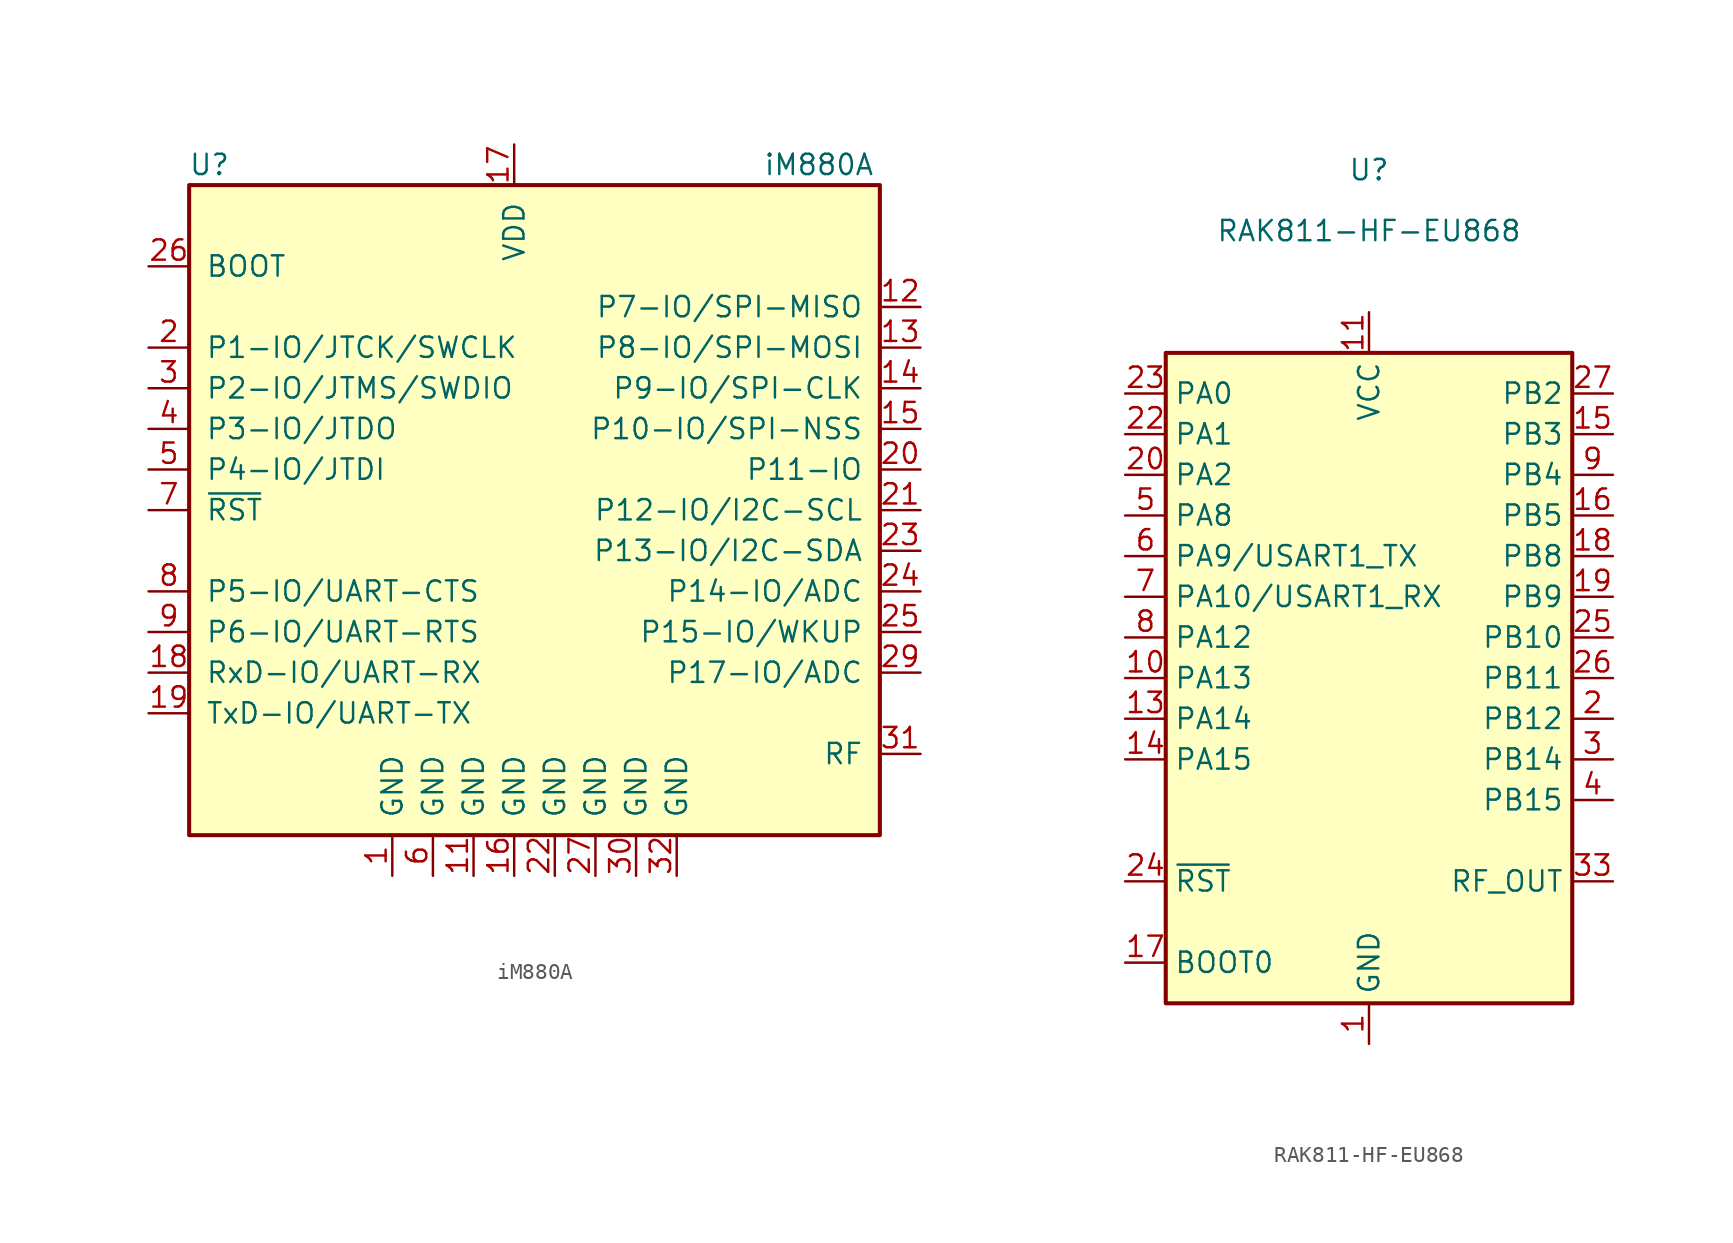
<source format=kicad_sym>
(kicad_symbol_lib
  (version 20231120)
  (generator "kicad_symbol_editor")
  (generator_version "8.0")
  (symbol "iM880A"
    (pin_names
      (offset 1.016))
    (property "Reference" "U"
      (at -19.05 21.59 0)
      (effects (font (size 1.27 1.27))))
    (property "Value" "iM880A"
      (at 19.05 21.59 0)
      (effects (font (size 1.27 1.27))))
    (symbol "iM880A_0_1"
      (rectangle (start -20.32 20.32) (end 22.86 -20.32) (stroke (width 0.254) (type default)) (fill (type background))))
    (symbol "iM880A_1_1"
      (pin power_in line (at -7.62 -22.86 90) (length 2.54) (name "GND" (effects (font (size 1.27 1.27)))) (number "1" (effects (font (size 1.27 1.27)))))
      (pin no_connect line (at 5.08 20.32 270) (length 2.54) hide (name "NC" (effects (font (size 1.27 1.27)))) (number "10" (effects (font (size 1.27 1.27)))))
      (pin power_in line (at -2.54 -22.86 90) (length 2.54) (name "GND" (effects (font (size 1.27 1.27)))) (number "11" (effects (font (size 1.27 1.27)))))
      (pin bidirectional line (at 25.4 12.7 180) (length 2.54) (name "P7-IO/SPI-MISO" (effects (font (size 1.27 1.27)))) (number "12" (effects (font (size 1.27 1.27)))))
      (pin bidirectional line (at 25.4 10.16 180) (length 2.54) (name "P8-IO/SPI-MOSI" (effects (font (size 1.27 1.27)))) (number "13" (effects (font (size 1.27 1.27)))))
      (pin bidirectional line (at 25.4 7.62 180) (length 2.54) (name "P9-IO/SPI-CLK" (effects (font (size 1.27 1.27)))) (number "14" (effects (font (size 1.27 1.27)))))
      (pin bidirectional line (at 25.4 5.08 180) (length 2.54) (name "P10-IO/SPI-NSS" (effects (font (size 1.27 1.27)))) (number "15" (effects (font (size 1.27 1.27)))))
      (pin power_in line (at 0 -22.86 90) (length 2.54) (name "GND" (effects (font (size 1.27 1.27)))) (number "16" (effects (font (size 1.27 1.27)))))
      (pin power_in line (at 0 22.86 270) (length 2.54) (name "VDD" (effects (font (size 1.27 1.27)))) (number "17" (effects (font (size 1.27 1.27)))))
      (pin bidirectional line (at -22.86 -10.16 0) (length 2.54) (name "RxD-IO/UART-RX" (effects (font (size 1.27 1.27)))) (number "18" (effects (font (size 1.27 1.27)))))
      (pin bidirectional line (at -22.86 -12.7 0) (length 2.54) (name "TxD-IO/UART-TX" (effects (font (size 1.27 1.27)))) (number "19" (effects (font (size 1.27 1.27)))))
      (pin bidirectional line (at -22.86 10.16 0) (length 2.54) (name "P1-IO/JTCK/SWCLK" (effects (font (size 1.27 1.27)))) (number "2" (effects (font (size 1.27 1.27)))))
      (pin bidirectional line (at 25.4 2.54 180) (length 2.54) (name "P11-IO" (effects (font (size 1.27 1.27)))) (number "20" (effects (font (size 1.27 1.27)))))
      (pin bidirectional line (at 25.4 0 180) (length 2.54) (name "P12-IO/I2C-SCL" (effects (font (size 1.27 1.27)))) (number "21" (effects (font (size 1.27 1.27)))))
      (pin power_in line (at 2.54 -22.86 90) (length 2.54) (name "GND" (effects (font (size 1.27 1.27)))) (number "22" (effects (font (size 1.27 1.27)))))
      (pin bidirectional line (at 25.4 -2.54 180) (length 2.54) (name "P13-IO/I2C-SDA" (effects (font (size 1.27 1.27)))) (number "23" (effects (font (size 1.27 1.27)))))
      (pin bidirectional line (at 25.4 -5.08 180) (length 2.54) (name "P14-IO/ADC" (effects (font (size 1.27 1.27)))) (number "24" (effects (font (size 1.27 1.27)))))
      (pin bidirectional line (at 25.4 -7.62 180) (length 2.54) (name "P15-IO/WKUP" (effects (font (size 1.27 1.27)))) (number "25" (effects (font (size 1.27 1.27)))))
      (pin input line (at -22.86 15.24 0) (length 2.54) (name "BOOT" (effects (font (size 1.27 1.27)))) (number "26" (effects (font (size 1.27 1.27)))))
      (pin power_in line (at 5.08 -22.86 90) (length 2.54) (name "GND" (effects (font (size 1.27 1.27)))) (number "27" (effects (font (size 1.27 1.27)))))
      (pin no_connect line (at 7.62 20.32 270) (length 2.54) hide (name "NC" (effects (font (size 1.27 1.27)))) (number "28" (effects (font (size 1.27 1.27)))))
      (pin bidirectional line (at 25.4 -10.16 180) (length 2.54) (name "P17-IO/ADC" (effects (font (size 1.27 1.27)))) (number "29" (effects (font (size 1.27 1.27)))))
      (pin bidirectional line (at -22.86 7.62 0) (length 2.54) (name "P2-IO/JTMS/SWDIO" (effects (font (size 1.27 1.27)))) (number "3" (effects (font (size 1.27 1.27)))))
      (pin power_in line (at 7.62 -22.86 90) (length 2.54) (name "GND" (effects (font (size 1.27 1.27)))) (number "30" (effects (font (size 1.27 1.27)))))
      (pin bidirectional line (at 25.4 -15.24 180) (length 2.54) (name "RF" (effects (font (size 1.27 1.27)))) (number "31" (effects (font (size 1.27 1.27)))))
      (pin power_in line (at 10.16 -22.86 90) (length 2.54) (name "GND" (effects (font (size 1.27 1.27)))) (number "32" (effects (font (size 1.27 1.27)))))
      (pin bidirectional line (at -22.86 5.08 0) (length 2.54) (name "P3-IO/JTDO" (effects (font (size 1.27 1.27)))) (number "4" (effects (font (size 1.27 1.27)))))
      (pin bidirectional line (at -22.86 2.54 0) (length 2.54) (name "P4-IO/JTDI" (effects (font (size 1.27 1.27)))) (number "5" (effects (font (size 1.27 1.27)))))
      (pin power_in line (at -5.08 -22.86 90) (length 2.54) (name "GND" (effects (font (size 1.27 1.27)))) (number "6" (effects (font (size 1.27 1.27)))))
      (pin input line (at -22.86 0 0) (length 2.54) (name "~{RST}" (effects (font (size 1.27 1.27)))) (number "7" (effects (font (size 1.27 1.27)))))
      (pin bidirectional line (at -22.86 -5.08 0) (length 2.54) (name "P5-IO/UART-CTS" (effects (font (size 1.27 1.27)))) (number "8" (effects (font (size 1.27 1.27)))))
      (pin bidirectional line (at -22.86 -7.62 0) (length 2.54) (name "P6-IO/UART-RTS" (effects (font (size 1.27 1.27)))) (number "9" (effects (font (size 1.27 1.27)))))))
  (symbol "RAK811-HF-EU868"
    (property "Reference" "U"
      (at 0 31.75 0)
      (effects (font (size 1.27 1.27))))
    (property "Value" "RAK811-HF-EU868"
      (at 0 27.94 0)
      (effects (font (size 1.27 1.27))))
    (symbol "RAK811-HF-EU868_0_0"
      (pin power_in line (at 0 -22.86 90) (length 2.54) (name "GND" (effects (font (size 1.27 1.27)))) (number "1" (effects (font (size 1.27 1.27)))))
      (pin bidirectional line (at -15.24 0 0) (length 2.54) (name "PA13" (effects (font (size 1.27 1.27)))) (number "10" (effects (font (size 1.27 1.27)))))
      (pin power_in line (at 0 22.86 270) (length 2.54) (name "VCC" (effects (font (size 1.27 1.27)))) (number "11" (effects (font (size 1.27 1.27)))))
      (pin passive line (at 0 -22.86 90) (length 2.54) hide (name "GND" (effects (font (size 1.27 1.27)))) (number "12" (effects (font (size 1.27 1.27)))))
      (pin bidirectional line (at -15.24 -2.54 0) (length 2.54) (name "PA14" (effects (font (size 1.27 1.27)))) (number "13" (effects (font (size 1.27 1.27)))))
      (pin bidirectional line (at -15.24 -5.08 0) (length 2.54) (name "PA15" (effects (font (size 1.27 1.27)))) (number "14" (effects (font (size 1.27 1.27)))))
      (pin bidirectional line (at 15.24 15.24 180) (length 2.54) (name "PB3" (effects (font (size 1.27 1.27)))) (number "15" (effects (font (size 1.27 1.27)))))
      (pin bidirectional line (at 15.24 10.16 180) (length 2.54) (name "PB5" (effects (font (size 1.27 1.27)))) (number "16" (effects (font (size 1.27 1.27)))))
      (pin input line (at -15.24 -17.78 0) (length 2.54) (name "BOOT0" (effects (font (size 1.27 1.27)))) (number "17" (effects (font (size 1.27 1.27)))))
      (pin bidirectional line (at 15.24 7.62 180) (length 2.54) (name "PB8" (effects (font (size 1.27 1.27)))) (number "18" (effects (font (size 1.27 1.27)))))
      (pin bidirectional line (at 15.24 5.08 180) (length 2.54) (name "PB9" (effects (font (size 1.27 1.27)))) (number "19" (effects (font (size 1.27 1.27)))))
      (pin bidirectional line (at 15.24 -2.54 180) (length 2.54) (name "PB12" (effects (font (size 1.27 1.27)))) (number "2" (effects (font (size 1.27 1.27)))))
      (pin bidirectional line (at -15.24 12.7 0) (length 2.54) (name "PA2" (effects (font (size 1.27 1.27)))) (number "20" (effects (font (size 1.27 1.27)))))
      (pin passive line (at 0 -22.86 90) (length 2.54) hide (name "GND" (effects (font (size 1.27 1.27)))) (number "21" (effects (font (size 1.27 1.27)))))
      (pin bidirectional line (at -15.24 15.24 0) (length 2.54) (name "PA1" (effects (font (size 1.27 1.27)))) (number "22" (effects (font (size 1.27 1.27)))))
      (pin bidirectional line (at -15.24 17.78 0) (length 2.54) (name "PA0" (effects (font (size 1.27 1.27)))) (number "23" (effects (font (size 1.27 1.27)))))
      (pin input line (at -15.24 -12.7 0) (length 2.54) (name "~{RST}" (effects (font (size 1.27 1.27)))) (number "24" (effects (font (size 1.27 1.27)))))
      (pin bidirectional line (at 15.24 2.54 180) (length 2.54) (name "PB10" (effects (font (size 1.27 1.27)))) (number "25" (effects (font (size 1.27 1.27)))))
      (pin bidirectional line (at 15.24 0 180) (length 2.54) (name "PB11" (effects (font (size 1.27 1.27)))) (number "26" (effects (font (size 1.27 1.27)))))
      (pin bidirectional line (at 15.24 17.78 180) (length 2.54) (name "PB2" (effects (font (size 1.27 1.27)))) (number "27" (effects (font (size 1.27 1.27)))))
      (pin passive line (at 0 -22.86 90) (length 2.54) hide (name "GND" (effects (font (size 1.27 1.27)))) (number "28" (effects (font (size 1.27 1.27)))))
      (pin passive line (at 0 -22.86 90) (length 2.54) hide (name "GND" (effects (font (size 1.27 1.27)))) (number "29" (effects (font (size 1.27 1.27)))))
      (pin bidirectional line (at 15.24 -5.08 180) (length 2.54) (name "PB14" (effects (font (size 1.27 1.27)))) (number "3" (effects (font (size 1.27 1.27)))))
      (pin passive line (at 0 -22.86 90) (length 2.54) hide (name "GND" (effects (font (size 1.27 1.27)))) (number "30" (effects (font (size 1.27 1.27)))))
      (pin passive line (at 0 -22.86 90) (length 2.54) hide (name "GND" (effects (font (size 1.27 1.27)))) (number "31" (effects (font (size 1.27 1.27)))))
      (pin passive line (at 0 -22.86 90) (length 2.54) hide (name "GND" (effects (font (size 1.27 1.27)))) (number "32" (effects (font (size 1.27 1.27)))))
      (pin passive line (at 15.24 -12.7 180) (length 2.54) (name "RF_OUT" (effects (font (size 1.27 1.27)))) (number "33" (effects (font (size 1.27 1.27)))))
      (pin passive line (at 0 -22.86 90) (length 2.54) hide (name "GND" (effects (font (size 1.27 1.27)))) (number "34" (effects (font (size 1.27 1.27)))))
      (pin bidirectional line (at 15.24 -7.62 180) (length 2.54) (name "PB15" (effects (font (size 1.27 1.27)))) (number "4" (effects (font (size 1.27 1.27)))))
      (pin bidirectional line (at -15.24 10.16 0) (length 2.54) (name "PA8" (effects (font (size 1.27 1.27)))) (number "5" (effects (font (size 1.27 1.27)))))
      (pin bidirectional line (at -15.24 7.62 0) (length 2.54) (name "PA9/USART1_TX" (effects (font (size 1.27 1.27)))) (number "6" (effects (font (size 1.27 1.27)))))
      (pin bidirectional line (at -15.24 5.08 0) (length 2.54) (name "PA10/USART1_RX" (effects (font (size 1.27 1.27)))) (number "7" (effects (font (size 1.27 1.27)))))
      (pin bidirectional line (at -15.24 2.54 0) (length 2.54) (name "PA12" (effects (font (size 1.27 1.27)))) (number "8" (effects (font (size 1.27 1.27)))))
      (pin bidirectional line (at 15.24 12.7 180) (length 2.54) (name "PB4" (effects (font (size 1.27 1.27)))) (number "9" (effects (font (size 1.27 1.27))))))
    (symbol "RAK811-HF-EU868_0_1"
      (rectangle (start 12.7 -20.32) (end -12.7 20.32) (stroke (width 0.254) (type default)) (fill (type background))))))
</source>
